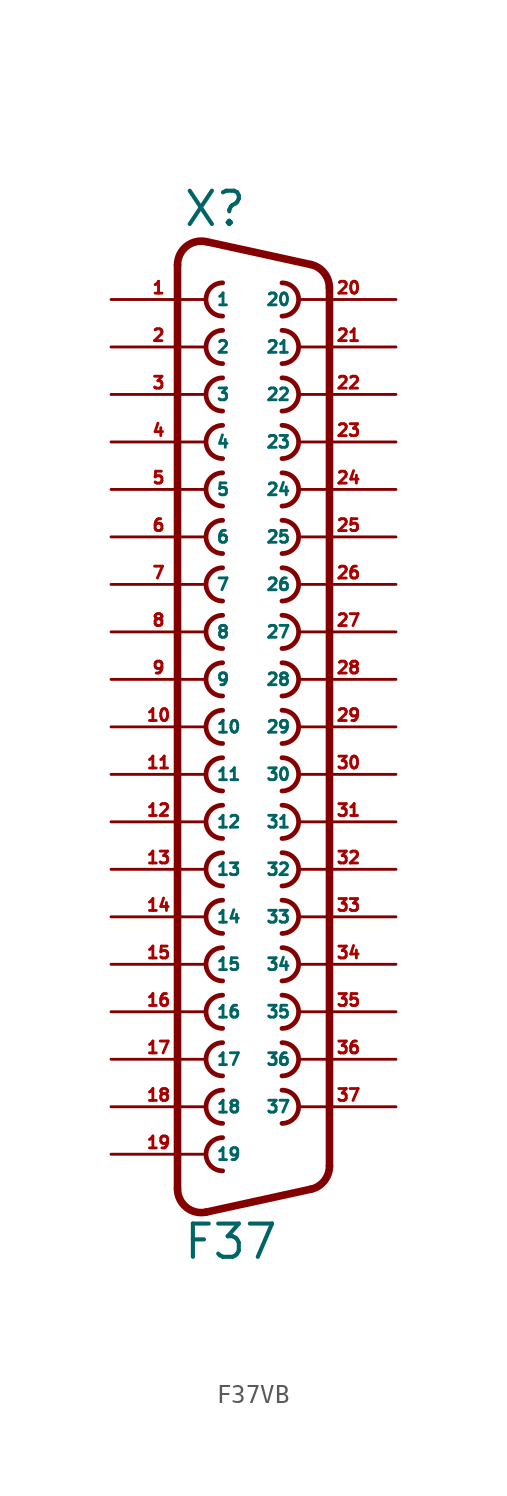
<source format=kicad_sym>
(kicad_symbol_lib
  (version 20220914)
  (generator Eagle2Kicad)
  (symbol "F37VB"
    (property "Reference" "X"
      (at -3.81 26.67 0)
      (effects (font (size 1.778 1.778) (thickness 0.22)) (justify left bottom)))
    (property "Value" "F37"
      (at -3.81 -28.575 0)
      (effects (font (size 1.778 1.778) (thickness 0.22)) (justify left bottom)))
    (arc
      (start -1.651 23.749)
      (mid -2.540 22.860)
      (end -1.651 21.971)
      (stroke (width 0.254) (type default))
      (fill (type none)))
    (arc
      (start 1.524 21.971)
      (mid 2.413 22.860)
      (end 1.524 23.749)
      (stroke (width 0.254) (type default))
      (fill (type none)))
    (arc
      (start -1.651 21.209)
      (mid -2.540 20.320)
      (end -1.651 19.431)
      (stroke (width 0.254) (type default))
      (fill (type none)))
    (arc
      (start 1.524 19.431)
      (mid 2.413 20.320)
      (end 1.524 21.209)
      (stroke (width 0.254) (type default))
      (fill (type none)))
    (arc
      (start -1.651 18.669)
      (mid -2.540 17.780)
      (end -1.651 16.891)
      (stroke (width 0.254) (type default))
      (fill (type none)))
    (arc
      (start 1.524 16.891)
      (mid 2.413 17.780)
      (end 1.524 18.669)
      (stroke (width 0.254) (type default))
      (fill (type none)))
    (arc
      (start -1.651 16.129)
      (mid -2.540 15.240)
      (end -1.651 14.351)
      (stroke (width 0.254) (type default))
      (fill (type none)))
    (arc
      (start 1.524 14.351)
      (mid 2.413 15.240)
      (end 1.524 16.129)
      (stroke (width 0.254) (type default))
      (fill (type none)))
    (arc
      (start -1.651 13.589)
      (mid -2.540 12.700)
      (end -1.651 11.811)
      (stroke (width 0.254) (type default))
      (fill (type none)))
    (arc
      (start 1.524 11.811)
      (mid 2.413 12.700)
      (end 1.524 13.589)
      (stroke (width 0.254) (type default))
      (fill (type none)))
    (arc
      (start -1.651 11.049)
      (mid -2.540 10.160)
      (end -1.651 9.271)
      (stroke (width 0.254) (type default))
      (fill (type none)))
    (arc
      (start 1.524 9.271)
      (mid 2.413 10.160)
      (end 1.524 11.049)
      (stroke (width 0.254) (type default))
      (fill (type none)))
    (arc
      (start -1.651 8.509)
      (mid -2.540 7.620)
      (end -1.651 6.731)
      (stroke (width 0.254) (type default))
      (fill (type none)))
    (arc
      (start 1.524 6.731)
      (mid 2.413 7.620)
      (end 1.524 8.509)
      (stroke (width 0.254) (type default))
      (fill (type none)))
    (arc
      (start -1.651 5.969)
      (mid -2.540 5.080)
      (end -1.651 4.191)
      (stroke (width 0.254) (type default))
      (fill (type none)))
    (arc
      (start 1.524 4.191)
      (mid 2.413 5.080)
      (end 1.524 5.969)
      (stroke (width 0.254) (type default))
      (fill (type none)))
    (arc
      (start -1.651 3.429)
      (mid -2.540 2.540)
      (end -1.651 1.651)
      (stroke (width 0.254) (type default))
      (fill (type none)))
    (arc
      (start 1.524 1.651)
      (mid 2.413 2.540)
      (end 1.524 3.429)
      (stroke (width 0.254) (type default))
      (fill (type none)))
    (arc
      (start -1.651 0.889)
      (mid -2.540 0.000)
      (end -1.651 -0.889)
      (stroke (width 0.254) (type default))
      (fill (type none)))
    (arc
      (start 1.524 -0.889)
      (mid 2.413 0.000)
      (end 1.524 0.889)
      (stroke (width 0.254) (type default))
      (fill (type none)))
    (arc
      (start -1.651 -1.651)
      (mid -2.540 -2.540)
      (end -1.651 -3.429)
      (stroke (width 0.254) (type default))
      (fill (type none)))
    (arc
      (start 1.524 -3.429)
      (mid 2.413 -2.540)
      (end 1.524 -1.651)
      (stroke (width 0.254) (type default))
      (fill (type none)))
    (arc
      (start -1.651 -4.191)
      (mid -2.540 -5.080)
      (end -1.651 -5.969)
      (stroke (width 0.254) (type default))
      (fill (type none)))
    (arc
      (start 1.524 -5.969)
      (mid 2.413 -5.080)
      (end 1.524 -4.191)
      (stroke (width 0.254) (type default))
      (fill (type none)))
    (arc
      (start -1.651 -6.731)
      (mid -2.540 -7.620)
      (end -1.651 -8.509)
      (stroke (width 0.254) (type default))
      (fill (type none)))
    (arc
      (start 1.524 -8.509)
      (mid 2.413 -7.620)
      (end 1.524 -6.731)
      (stroke (width 0.254) (type default))
      (fill (type none)))
    (arc
      (start -1.651 -9.271)
      (mid -2.540 -10.160)
      (end -1.651 -11.049)
      (stroke (width 0.254) (type default))
      (fill (type none)))
    (arc
      (start 1.524 -11.049)
      (mid 2.413 -10.160)
      (end 1.524 -9.271)
      (stroke (width 0.254) (type default))
      (fill (type none)))
    (arc
      (start -1.651 -11.811)
      (mid -2.540 -12.700)
      (end -1.651 -13.589)
      (stroke (width 0.254) (type default))
      (fill (type none)))
    (arc
      (start 1.524 -13.589)
      (mid 2.413 -12.700)
      (end 1.524 -11.811)
      (stroke (width 0.254) (type default))
      (fill (type none)))
    (arc
      (start -1.651 -14.351)
      (mid -2.540 -15.240)
      (end -1.651 -16.129)
      (stroke (width 0.254) (type default))
      (fill (type none)))
    (arc
      (start 1.524 -16.129)
      (mid 2.413 -15.240)
      (end 1.524 -14.351)
      (stroke (width 0.254) (type default))
      (fill (type none)))
    (arc
      (start -1.651 -16.891)
      (mid -2.540 -17.780)
      (end -1.651 -18.669)
      (stroke (width 0.254) (type default))
      (fill (type none)))
    (arc
      (start 1.524 -18.669)
      (mid 2.413 -17.780)
      (end 1.524 -16.891)
      (stroke (width 0.254) (type default))
      (fill (type none)))
    (arc
      (start -1.651 -19.431)
      (mid -2.540 -20.320)
      (end -1.651 -21.209)
      (stroke (width 0.254) (type default))
      (fill (type none)))
    (arc
      (start 1.524 -21.209)
      (mid 2.413 -20.320)
      (end 1.524 -19.431)
      (stroke (width 0.254) (type default))
      (fill (type none)))
    (arc
      (start -1.651 -21.971)
      (mid -2.540 -22.860)
      (end -1.651 -23.749)
      (stroke (width 0.254) (type default))
      (fill (type none)))
    (arc
      (start -2.5226 25.952)
      (mid -3.590 25.701)
      (end -4.064 24.7112)
      (stroke (width 0.4064) (type default))
      (fill (type none)))
    (polyline
      (pts (xy -2.523 25.952) (xy 3.065 24.729))
      (stroke (width 0.406) (type default))
      (fill (type none)))
    (arc
      (start 4.0642 23.4888)
      (mid 3.783 24.285)
      (end 3.0654 24.7295)
      (stroke (width 0.4064) (type default))
      (fill (type none)))
    (polyline
      (pts (xy 4.064 -23.489) (xy 4.064 23.489))
      (stroke (width 0.406) (type default))
      (fill (type none)))
    (arc
      (start 3.0654 -24.7294)
      (mid 3.783 -24.285)
      (end 4.064 -23.4888)
      (stroke (width 0.4064) (type default))
      (fill (type none)))
    (polyline
      (pts (xy -4.064 -24.711) (xy -4.064 24.711))
      (stroke (width 0.406) (type default))
      (fill (type none)))
    (polyline
      (pts (xy -2.523 -25.952) (xy 3.065 -24.729))
      (stroke (width 0.406) (type default))
      (fill (type none)))
    (arc
      (start -4.064 -24.7112)
      (mid -3.590 -25.701)
      (end -2.5226 -25.9519)
      (stroke (width 0.4064) (type default))
      (fill (type none)))
    (pin passive line
      (at -7.62 22.86 0)
      (length 5.08)
      (name "1" (effects (font (size 0.635 0.635) (thickness 0.08)) (justify left bottom)))
      (number "1" (effects (font (size 0.635 0.635) (thickness 0.08)) (justify left bottom))))
    (pin passive line
      (at 7.62 22.86 180)
      (length 5.08)
      (name "20" (effects (font (size 0.635 0.635) (thickness 0.08)) (justify left bottom)))
      (number "20" (effects (font (size 0.635 0.635) (thickness 0.08)) (justify left bottom))))
    (pin passive line
      (at -7.62 20.32 0)
      (length 5.08)
      (name "2" (effects (font (size 0.635 0.635) (thickness 0.08)) (justify left bottom)))
      (number "2" (effects (font (size 0.635 0.635) (thickness 0.08)) (justify left bottom))))
    (pin passive line
      (at 7.62 20.32 180)
      (length 5.08)
      (name "21" (effects (font (size 0.635 0.635) (thickness 0.08)) (justify left bottom)))
      (number "21" (effects (font (size 0.635 0.635) (thickness 0.08)) (justify left bottom))))
    (pin passive line
      (at -7.62 17.78 0)
      (length 5.08)
      (name "3" (effects (font (size 0.635 0.635) (thickness 0.08)) (justify left bottom)))
      (number "3" (effects (font (size 0.635 0.635) (thickness 0.08)) (justify left bottom))))
    (pin passive line
      (at 7.62 17.78 180)
      (length 5.08)
      (name "22" (effects (font (size 0.635 0.635) (thickness 0.08)) (justify left bottom)))
      (number "22" (effects (font (size 0.635 0.635) (thickness 0.08)) (justify left bottom))))
    (pin passive line
      (at -7.62 15.24 0)
      (length 5.08)
      (name "4" (effects (font (size 0.635 0.635) (thickness 0.08)) (justify left bottom)))
      (number "4" (effects (font (size 0.635 0.635) (thickness 0.08)) (justify left bottom))))
    (pin passive line
      (at 7.62 15.24 180)
      (length 5.08)
      (name "23" (effects (font (size 0.635 0.635) (thickness 0.08)) (justify left bottom)))
      (number "23" (effects (font (size 0.635 0.635) (thickness 0.08)) (justify left bottom))))
    (pin passive line
      (at -7.62 12.7 0)
      (length 5.08)
      (name "5" (effects (font (size 0.635 0.635) (thickness 0.08)) (justify left bottom)))
      (number "5" (effects (font (size 0.635 0.635) (thickness 0.08)) (justify left bottom))))
    (pin passive line
      (at 7.62 12.7 180)
      (length 5.08)
      (name "24" (effects (font (size 0.635 0.635) (thickness 0.08)) (justify left bottom)))
      (number "24" (effects (font (size 0.635 0.635) (thickness 0.08)) (justify left bottom))))
    (pin passive line
      (at -7.62 10.16 0)
      (length 5.08)
      (name "6" (effects (font (size 0.635 0.635) (thickness 0.08)) (justify left bottom)))
      (number "6" (effects (font (size 0.635 0.635) (thickness 0.08)) (justify left bottom))))
    (pin passive line
      (at 7.62 10.16 180)
      (length 5.08)
      (name "25" (effects (font (size 0.635 0.635) (thickness 0.08)) (justify left bottom)))
      (number "25" (effects (font (size 0.635 0.635) (thickness 0.08)) (justify left bottom))))
    (pin passive line
      (at -7.62 7.62 0)
      (length 5.08)
      (name "7" (effects (font (size 0.635 0.635) (thickness 0.08)) (justify left bottom)))
      (number "7" (effects (font (size 0.635 0.635) (thickness 0.08)) (justify left bottom))))
    (pin passive line
      (at 7.62 7.62 180)
      (length 5.08)
      (name "26" (effects (font (size 0.635 0.635) (thickness 0.08)) (justify left bottom)))
      (number "26" (effects (font (size 0.635 0.635) (thickness 0.08)) (justify left bottom))))
    (pin passive line
      (at -7.62 5.08 0)
      (length 5.08)
      (name "8" (effects (font (size 0.635 0.635) (thickness 0.08)) (justify left bottom)))
      (number "8" (effects (font (size 0.635 0.635) (thickness 0.08)) (justify left bottom))))
    (pin passive line
      (at 7.62 5.08 180)
      (length 5.08)
      (name "27" (effects (font (size 0.635 0.635) (thickness 0.08)) (justify left bottom)))
      (number "27" (effects (font (size 0.635 0.635) (thickness 0.08)) (justify left bottom))))
    (pin passive line
      (at -7.62 2.54 0)
      (length 5.08)
      (name "9" (effects (font (size 0.635 0.635) (thickness 0.08)) (justify left bottom)))
      (number "9" (effects (font (size 0.635 0.635) (thickness 0.08)) (justify left bottom))))
    (pin passive line
      (at 7.62 2.54 180)
      (length 5.08)
      (name "28" (effects (font (size 0.635 0.635) (thickness 0.08)) (justify left bottom)))
      (number "28" (effects (font (size 0.635 0.635) (thickness 0.08)) (justify left bottom))))
    (pin passive line
      (at -7.62 0 0)
      (length 5.08)
      (name "10" (effects (font (size 0.635 0.635) (thickness 0.08)) (justify left bottom)))
      (number "10" (effects (font (size 0.635 0.635) (thickness 0.08)) (justify left bottom))))
    (pin passive line
      (at 7.62 0 180)
      (length 5.08)
      (name "29" (effects (font (size 0.635 0.635) (thickness 0.08)) (justify left bottom)))
      (number "29" (effects (font (size 0.635 0.635) (thickness 0.08)) (justify left bottom))))
    (pin passive line
      (at -7.62 -2.54 0)
      (length 5.08)
      (name "11" (effects (font (size 0.635 0.635) (thickness 0.08)) (justify left bottom)))
      (number "11" (effects (font (size 0.635 0.635) (thickness 0.08)) (justify left bottom))))
    (pin passive line
      (at 7.62 -2.54 180)
      (length 5.08)
      (name "30" (effects (font (size 0.635 0.635) (thickness 0.08)) (justify left bottom)))
      (number "30" (effects (font (size 0.635 0.635) (thickness 0.08)) (justify left bottom))))
    (pin passive line
      (at -7.62 -5.08 0)
      (length 5.08)
      (name "12" (effects (font (size 0.635 0.635) (thickness 0.08)) (justify left bottom)))
      (number "12" (effects (font (size 0.635 0.635) (thickness 0.08)) (justify left bottom))))
    (pin passive line
      (at 7.62 -5.08 180)
      (length 5.08)
      (name "31" (effects (font (size 0.635 0.635) (thickness 0.08)) (justify left bottom)))
      (number "31" (effects (font (size 0.635 0.635) (thickness 0.08)) (justify left bottom))))
    (pin passive line
      (at -7.62 -7.62 0)
      (length 5.08)
      (name "13" (effects (font (size 0.635 0.635) (thickness 0.08)) (justify left bottom)))
      (number "13" (effects (font (size 0.635 0.635) (thickness 0.08)) (justify left bottom))))
    (pin passive line
      (at 7.62 -7.62 180)
      (length 5.08)
      (name "32" (effects (font (size 0.635 0.635) (thickness 0.08)) (justify left bottom)))
      (number "32" (effects (font (size 0.635 0.635) (thickness 0.08)) (justify left bottom))))
    (pin passive line
      (at -7.62 -10.16 0)
      (length 5.08)
      (name "14" (effects (font (size 0.635 0.635) (thickness 0.08)) (justify left bottom)))
      (number "14" (effects (font (size 0.635 0.635) (thickness 0.08)) (justify left bottom))))
    (pin passive line
      (at 7.62 -10.16 180)
      (length 5.08)
      (name "33" (effects (font (size 0.635 0.635) (thickness 0.08)) (justify left bottom)))
      (number "33" (effects (font (size 0.635 0.635) (thickness 0.08)) (justify left bottom))))
    (pin passive line
      (at -7.62 -12.7 0)
      (length 5.08)
      (name "15" (effects (font (size 0.635 0.635) (thickness 0.08)) (justify left bottom)))
      (number "15" (effects (font (size 0.635 0.635) (thickness 0.08)) (justify left bottom))))
    (pin passive line
      (at 7.62 -12.7 180)
      (length 5.08)
      (name "34" (effects (font (size 0.635 0.635) (thickness 0.08)) (justify left bottom)))
      (number "34" (effects (font (size 0.635 0.635) (thickness 0.08)) (justify left bottom))))
    (pin passive line
      (at -7.62 -15.24 0)
      (length 5.08)
      (name "16" (effects (font (size 0.635 0.635) (thickness 0.08)) (justify left bottom)))
      (number "16" (effects (font (size 0.635 0.635) (thickness 0.08)) (justify left bottom))))
    (pin passive line
      (at 7.62 -15.24 180)
      (length 5.08)
      (name "35" (effects (font (size 0.635 0.635) (thickness 0.08)) (justify left bottom)))
      (number "35" (effects (font (size 0.635 0.635) (thickness 0.08)) (justify left bottom))))
    (pin passive line
      (at -7.62 -17.78 0)
      (length 5.08)
      (name "17" (effects (font (size 0.635 0.635) (thickness 0.08)) (justify left bottom)))
      (number "17" (effects (font (size 0.635 0.635) (thickness 0.08)) (justify left bottom))))
    (pin passive line
      (at 7.62 -17.78 180)
      (length 5.08)
      (name "36" (effects (font (size 0.635 0.635) (thickness 0.08)) (justify left bottom)))
      (number "36" (effects (font (size 0.635 0.635) (thickness 0.08)) (justify left bottom))))
    (pin passive line
      (at -7.62 -20.32 0)
      (length 5.08)
      (name "18" (effects (font (size 0.635 0.635) (thickness 0.08)) (justify left bottom)))
      (number "18" (effects (font (size 0.635 0.635) (thickness 0.08)) (justify left bottom))))
    (pin passive line
      (at 7.62 -20.32 180)
      (length 5.08)
      (name "37" (effects (font (size 0.635 0.635) (thickness 0.08)) (justify left bottom)))
      (number "37" (effects (font (size 0.635 0.635) (thickness 0.08)) (justify left bottom))))
    (pin passive line
      (at -7.62 -22.86 0)
      (length 5.08)
      (name "19" (effects (font (size 0.635 0.635) (thickness 0.08)) (justify left bottom)))
      (number "19" (effects (font (size 0.635 0.635) (thickness 0.08)) (justify left bottom))))))
</source>
